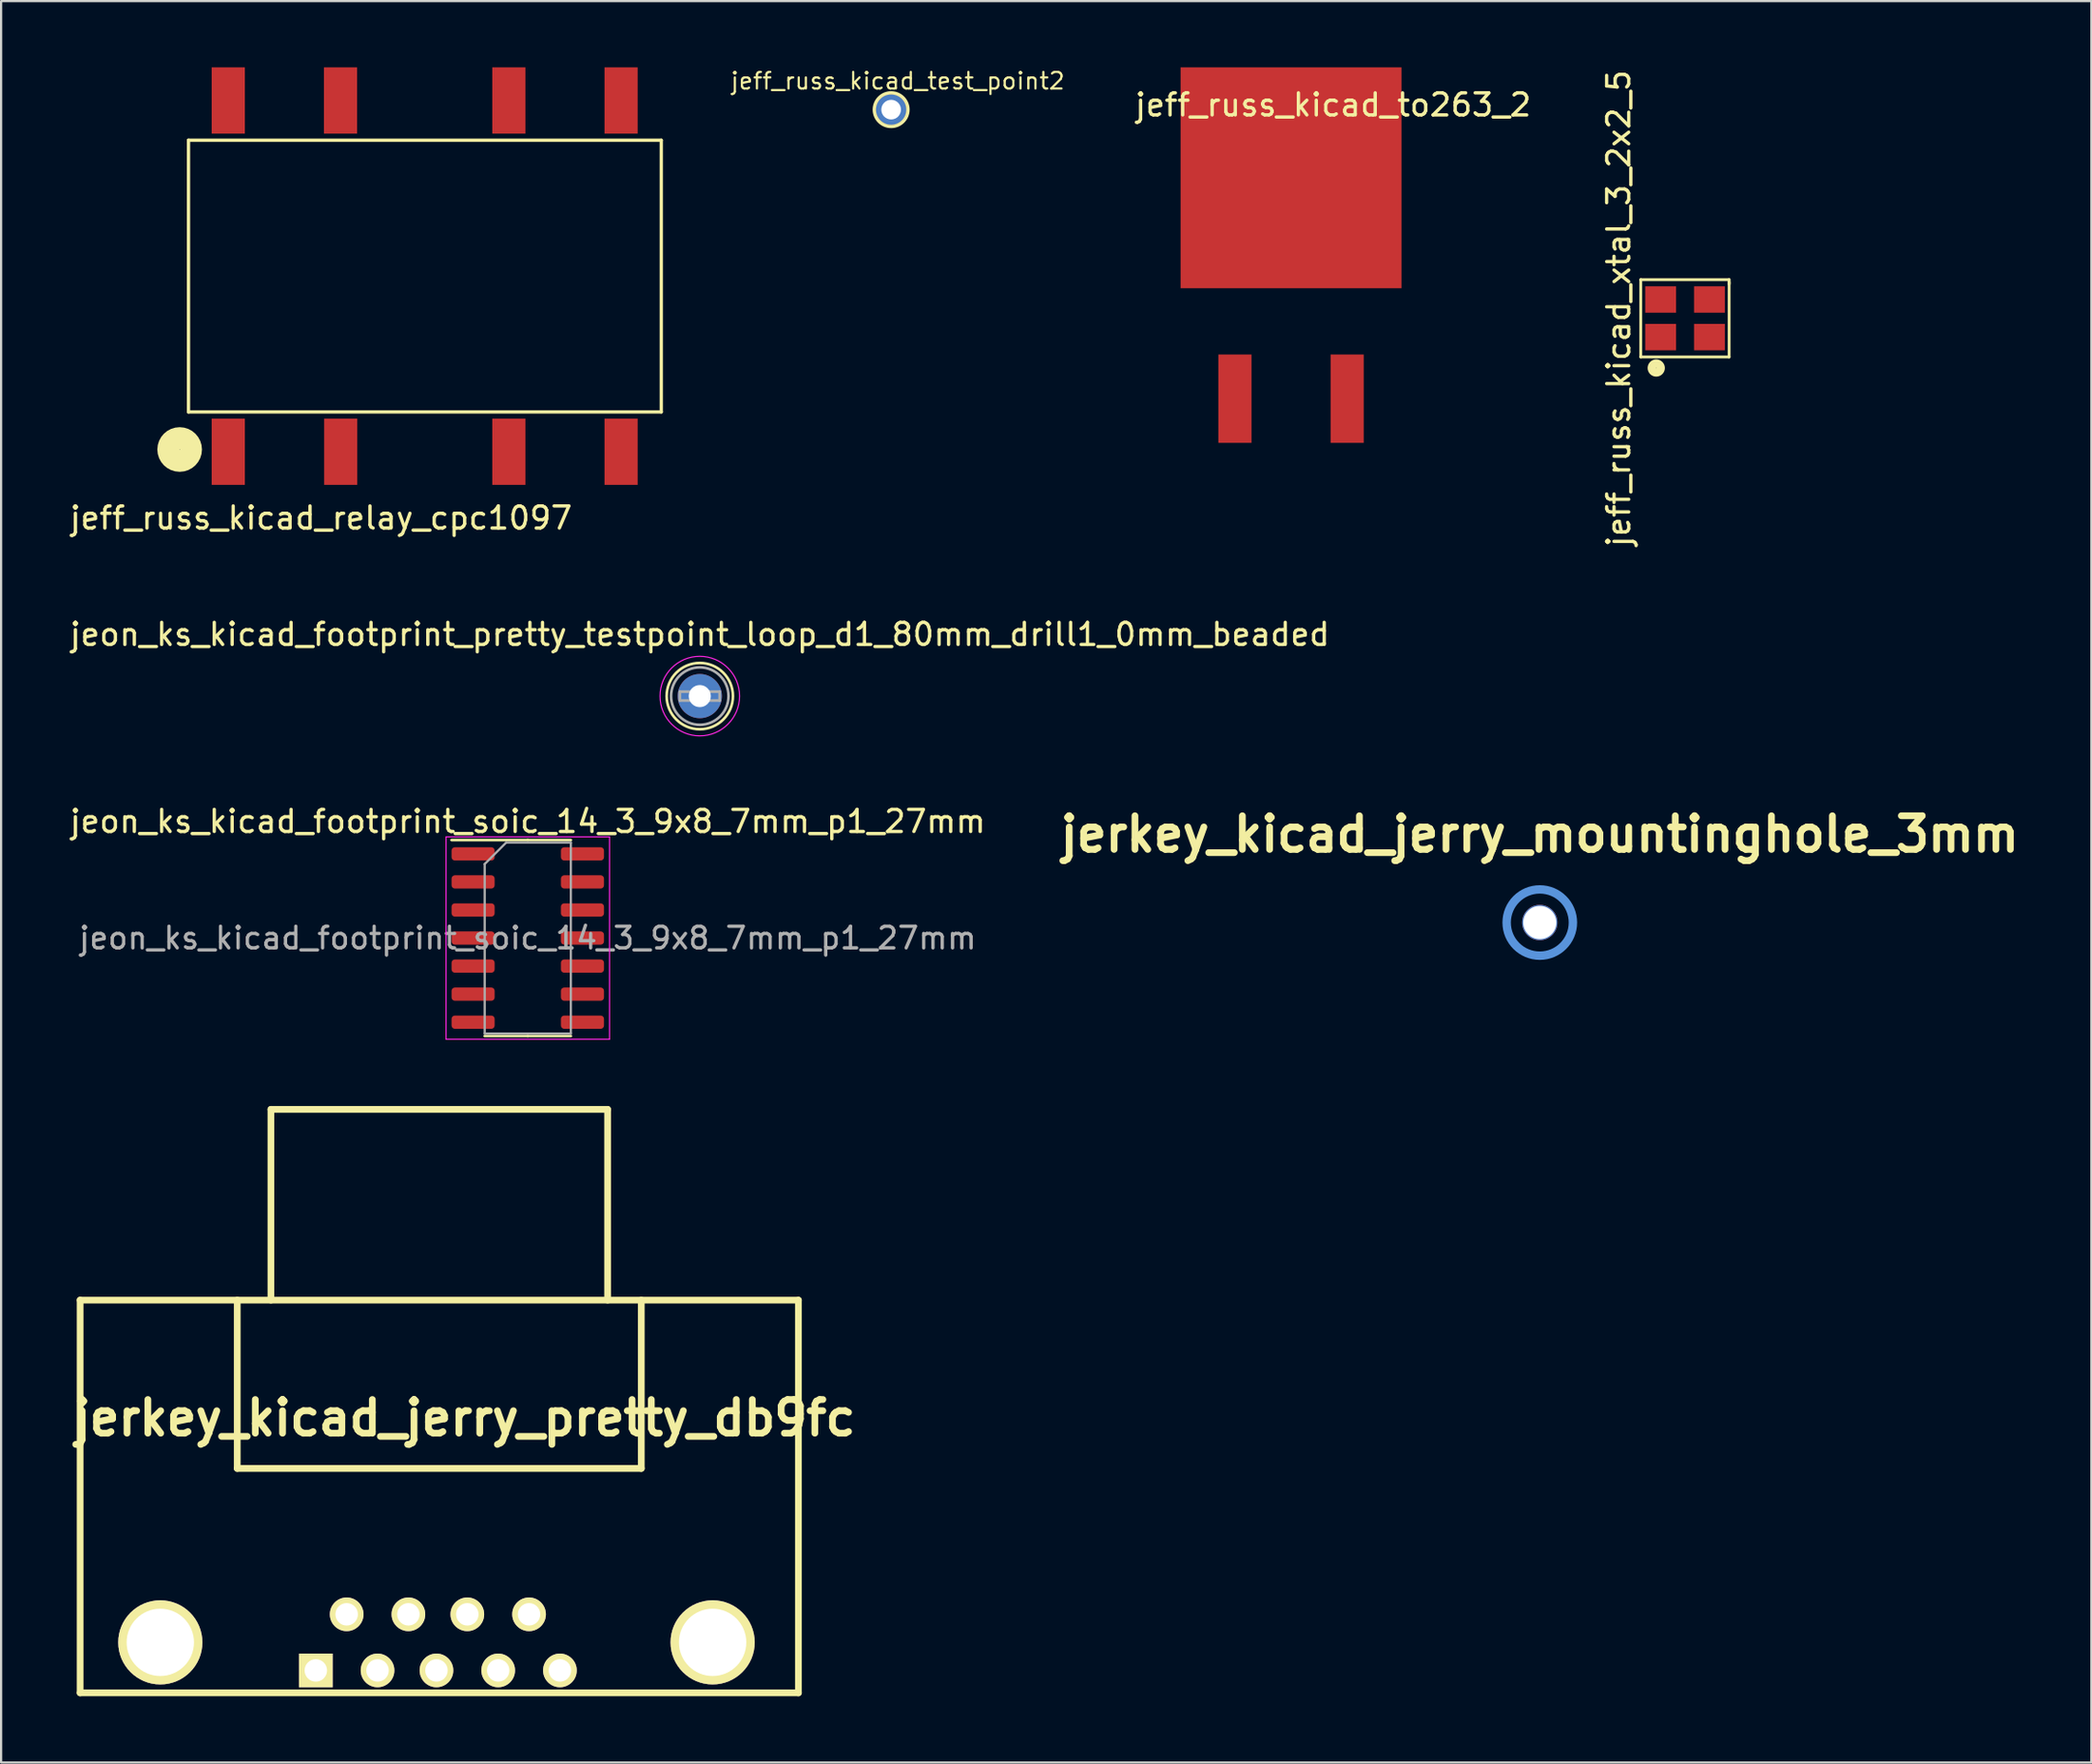
<source format=kicad_pcb>
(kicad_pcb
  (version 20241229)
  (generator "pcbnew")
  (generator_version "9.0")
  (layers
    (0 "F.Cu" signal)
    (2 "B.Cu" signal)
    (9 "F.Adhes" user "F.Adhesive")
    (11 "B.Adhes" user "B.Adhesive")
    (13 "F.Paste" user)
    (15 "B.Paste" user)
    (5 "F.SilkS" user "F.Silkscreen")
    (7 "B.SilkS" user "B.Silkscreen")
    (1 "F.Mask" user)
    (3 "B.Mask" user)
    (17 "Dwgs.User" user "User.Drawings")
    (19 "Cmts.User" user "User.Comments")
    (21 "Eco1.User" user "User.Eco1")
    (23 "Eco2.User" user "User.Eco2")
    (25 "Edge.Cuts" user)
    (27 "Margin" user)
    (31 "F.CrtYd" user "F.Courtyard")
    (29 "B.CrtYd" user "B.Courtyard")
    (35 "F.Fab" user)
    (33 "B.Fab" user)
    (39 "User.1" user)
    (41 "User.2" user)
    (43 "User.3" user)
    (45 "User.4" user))
  (footprint "jerkey_kicad_jerry_pretty_db9fc"
    (layer "F.Cu")
    (at 16.706 71.304)
    (property "Reference" "jerkey_kicad_jerry_pretty_db9fc" (at 1.27 -10.16 0) (layer "F.SilkS") (effects (font (size 1.524 1.524) (thickness 0.305))))
    (attr through_hole)
    (fp_line (start -16.129 -15.494) (end -16.129 2.286) (stroke (width 0.305) (type solid)) (layer "F.SilkS"))
    (fp_line (start -16.129 2.286) (end 16.383 2.286) (stroke (width 0.305) (type solid)) (layer "F.SilkS"))
    (fp_line (start -9.017 -15.494) (end -9.017 -7.874) (stroke (width 0.305) (type solid)) (layer "F.SilkS"))
    (fp_line (start -9.017 -7.874) (end 9.271 -7.874) (stroke (width 0.305) (type solid)) (layer "F.SilkS"))
    (fp_line (start -7.493 -24.13) (end 7.747 -24.13) (stroke (width 0.305) (type solid)) (layer "F.SilkS"))
    (fp_line (start -7.493 -15.494) (end -7.493 -24.13) (stroke (width 0.305) (type solid)) (layer "F.SilkS"))
    (fp_line (start 7.747 -24.13) (end 7.747 -15.494) (stroke (width 0.305) (type solid)) (layer "F.SilkS"))
    (fp_line (start 9.271 -7.874) (end 9.271 -15.494) (stroke (width 0.305) (type solid)) (layer "F.SilkS"))
    (fp_line (start 16.383 -15.494) (end -16.129 -15.494) (stroke (width 0.305) (type solid)) (layer "F.SilkS"))
    (fp_line (start 16.383 2.286) (end 16.383 -15.494) (stroke (width 0.305) (type solid)) (layer "F.SilkS"))
    (pad "" thru_hole circle (at -12.5 0) (size 3.81 3.81) (drill 3.048) (layers "*.Cu" "*.Mask" "F.SilkS"))
    (pad "" thru_hole circle (at 12.5 0) (size 3.81 3.81) (drill 3.048) (layers "*.Cu" "*.Mask" "F.SilkS"))
    (pad "1" thru_hole rect (at -5.461 1.27) (size 1.524 1.524) (drill 1.016) (layers "*.Cu" "*.Mask" "F.SilkS"))
    (pad "2" thru_hole circle (at -2.667 1.27) (size 1.524 1.524) (drill 1.016) (layers "*.Cu" "*.Mask" "F.SilkS"))
    (pad "3" thru_hole circle (at 0 1.27) (size 1.524 1.524) (drill 1.016) (layers "*.Cu" "*.Mask" "F.SilkS"))
    (pad "4" thru_hole circle (at 2.794 1.27) (size 1.524 1.524) (drill 1.016) (layers "*.Cu" "*.Mask" "F.SilkS"))
    (pad "5" thru_hole circle (at 5.588 1.27) (size 1.524 1.524) (drill 1.016) (layers "*.Cu" "*.Mask" "F.SilkS"))
    (pad "6" thru_hole circle (at -4.064 -1.27) (size 1.524 1.524) (drill 1.016) (layers "*.Cu" "*.Mask" "F.SilkS"))
    (pad "7" thru_hole circle (at -1.27 -1.27) (size 1.524 1.524) (drill 1.016) (layers "*.Cu" "*.Mask" "F.SilkS"))
    (pad "8" thru_hole circle (at 1.397 -1.27) (size 1.524 1.524) (drill 1.016) (layers "*.Cu" "*.Mask" "F.SilkS"))
    (pad "9" thru_hole circle (at 4.191 -1.27) (size 1.524 1.524) (drill 1.016) (layers "*.Cu" "*.Mask" "F.SilkS")))
  (footprint "jeff_russ_kicad_test_point2"
    (layer "F.Cu")
    (at 37.286 1.914)
    (property "Reference" "jeff_russ_kicad_test_point2" (at 0.3 -1.3 0) (layer "F.SilkS") (effects (font (size 0.75 0.75) (thickness 0.1))))
    (attr through_hole)
    (fp_circle (center 0 0) (end 0.762 0) (stroke (width 0.15) (type solid)) (fill no) (layer "F.SilkS"))
    (pad "1" thru_hole circle (at 0 0) (size 1.397 1.397) (drill 0.889) (layers "*.Cu" "*.Mask")))
  (footprint "jeff_russ_kicad_xtal_3_2x2_5"
    (layer "F.Cu")
    (at 72.117 12.211)
    (property "Reference" "jeff_russ_kicad_xtal_3_2x2_5" (at -1.9 -1.3 90) (layer "F.SilkS") (effects (font (size 1 1) (thickness 0.15))))
    (attr through_hole)
    (fp_line (start -0.9 -2.6) (end 3.1 -2.6) (stroke (width 0.127) (type solid)) (layer "F.SilkS"))
    (fp_line (start -0.9 0.9) (end -0.9 -2.6) (stroke (width 0.127) (type solid)) (layer "F.SilkS"))
    (fp_line (start 3.1 -2.6) (end 3.1 -2.4) (stroke (width 0.127) (type solid)) (layer "F.SilkS"))
    (fp_line (start 3.1 -2.5) (end 3.1 0.9) (stroke (width 0.127) (type solid)) (layer "F.SilkS"))
    (fp_line (start 3.1 0.9) (end -0.9 0.9) (stroke (width 0.127) (type solid)) (layer "F.SilkS"))
    (fp_circle (center -0.2 1.4) (end 0 1.4) (stroke (width 0.381) (type solid)) (fill no) (layer "F.SilkS"))
    (pad "1" smd rect (at 0 0) (size 1.397 1.194) (layers "F.Cu" "F.Mask" "F.Paste"))
    (pad "2" smd rect (at 2.21 0) (size 1.397 1.194) (layers "F.Cu" "F.Mask" "F.Paste"))
    (pad "3" smd rect (at 2.21 -1.702) (size 1.397 1.194) (layers "F.Cu" "F.Mask" "F.Paste"))
    (pad "4" smd rect (at 0 -1.702) (size 1.397 1.194) (layers "F.Cu" "F.Mask" "F.Paste")))
  (footprint "jeff_russ_kicad_relay_cpc1097"
    (layer "F.Cu")
    (at 7.282 1.5)
    (property "Reference" "jeff_russ_kicad_relay_cpc1097" (at 4.2 18.9 0) (layer "F.SilkS") (effects (font (size 1 1) (thickness 0.15))))
    (attr through_hole)
    (fp_line (start -1.8 1.8) (end 19.6 1.8) (stroke (width 0.15) (type solid)) (layer "F.SilkS"))
    (fp_line (start -1.8 14.1) (end -1.8 1.8) (stroke (width 0.15) (type solid)) (layer "F.SilkS"))
    (fp_line (start 19.6 1.8) (end 19.6 14.1) (stroke (width 0.15) (type solid)) (layer "F.SilkS"))
    (fp_line (start 19.6 14.1) (end -1.8 14.1) (stroke (width 0.15) (type solid)) (layer "F.SilkS"))
    (fp_circle (center -2.2 15.8) (end -1.7 15.7) (stroke (width 1) (type solid)) (fill no) (layer "F.SilkS"))
    (pad "1" smd rect (at 0 15.9) (size 1.5 3) (layers "F.Cu" "F.Mask" "F.Paste"))
    (pad "2" smd rect (at 5.09 15.9) (size 1.5 3) (layers "F.Cu" "F.Mask" "F.Paste"))
    (pad "3" smd rect (at 12.7 15.9) (size 1.5 3) (layers "F.Cu" "F.Mask" "F.Paste"))
    (pad "4" smd rect (at 17.78 15.9) (size 1.5 3) (layers "F.Cu" "F.Mask" "F.Paste"))
    (pad "5" smd rect (at 17.78 0) (size 1.5 3) (layers "F.Cu" "F.Mask" "F.Paste"))
    (pad "6" smd rect (at 12.7 0) (size 1.5 3) (layers "F.Cu" "F.Mask" "F.Paste"))
    (pad "7" smd rect (at 5.08 0) (size 1.5 3) (layers "F.Cu" "F.Mask" "F.Paste"))
    (pad "8" smd rect (at 0 0) (size 1.5 3) (layers "F.Cu" "F.Mask" "F.Paste")))
  (footprint "jerkey_kicad_jerry_mountinghole_3mm"
    (layer "F.Cu")
    (at 66.646 38.716)
    (property "Reference" "jerkey_kicad_jerry_mountinghole_3mm" (at 0 -4 0) (layer "F.SilkS") (effects (font (size 1.524 1.524) (thickness 0.305))))
    (attr through_hole)
    (fp_circle (center 0 0) (end 1.5 0) (stroke (width 0.381) (type solid)) (fill no) (layer "Cmts.User"))
    (pad "1" thru_hole circle (at 0 0) (size 1.6 1.6) (drill 1.5) (layers "*.Cu")))
  (footprint "jeff_russ_kicad_to263_2"
    (layer "F.Cu")
    (at 55.387 5)
    (property "Reference" "jeff_russ_kicad_to263_2" (at 1.905 -3.302 0) (layer "F.SilkS") (effects (font (size 1 1) (thickness 0.15))))
    (attr through_hole)
    (pad "1" smd rect (at -2.54 10) (size 1.5 4) (layers "F.Cu" "F.Mask" "F.Paste"))
    (pad "3" smd rect (at 2.54 10) (size 1.5 4) (layers "F.Cu" "F.Mask" "F.Paste"))
    (pad "4" smd rect (at 0 0) (size 10 10) (layers "F.Cu" "F.Mask" "F.Paste")))
  (footprint "jeon_ks_kicad_footprint_pretty_testpoint_loop_d1_80mm_drill1_0mm_beaded"
    (layer "F.Cu")
    (at 28.625 28.464)
    (property "Reference" "jeon_ks_kicad_footprint_pretty_testpoint_loop_d1_80mm_drill1_0mm_beaded" (at 0 -2.794 0) (layer "F.SilkS") (effects (font (size 1 1) (thickness 0.15))))
    (attr through_hole)
    (fp_circle (center 0 0) (end 1.5 0) (stroke (width 0.12) (type solid)) (fill no) (layer "F.SilkS"))
    (fp_circle (center 0 0) (end 1.8 0) (stroke (width 0.05) (type solid)) (fill no) (layer "F.CrtYd"))
    (fp_line (start -0.9 -0.2) (end 0.9 -0.2) (stroke (width 0.12) (type solid)) (layer "F.Fab"))
    (fp_line (start -0.9 0.2) (end -0.9 -0.2) (stroke (width 0.12) (type solid)) (layer "F.Fab"))
    (fp_line (start 0.9 -0.2) (end 0.9 0.2) (stroke (width 0.12) (type solid)) (layer "F.Fab"))
    (fp_line (start 0.9 0.2) (end -0.9 0.2) (stroke (width 0.12) (type solid)) (layer "F.Fab"))
    (fp_circle (center 0 0) (end 1.3 0) (stroke (width 0.12) (type solid)) (fill no) (layer "F.Fab"))
    (pad "1" thru_hole circle (at 0 0) (size 2 2) (drill 1) (layers "*.Cu" "*.Mask")))
  (footprint "jeon_ks_kicad_footprint_soic_14_3_9x8_7mm_p1_27mm"
    (layer "F.Cu")
    (at 20.839 39.417)
    (property "Reference" "jeon_ks_kicad_footprint_soic_14_3_9x8_7mm_p1_27mm" (at 0 -5.28 0) (layer "F.SilkS") (effects (font (size 1 1) (thickness 0.15))))
    (attr smd)
    (fp_line (start 0 -4.435) (end -3.45 -4.435) (stroke (width 0.12) (type solid)) (layer "F.SilkS"))
    (fp_line (start 0 -4.435) (end 1.95 -4.435) (stroke (width 0.12) (type solid)) (layer "F.SilkS"))
    (fp_line (start 0 4.435) (end -1.95 4.435) (stroke (width 0.12) (type solid)) (layer "F.SilkS"))
    (fp_line (start 0 4.435) (end 1.95 4.435) (stroke (width 0.12) (type solid)) (layer "F.SilkS"))
    (fp_line (start -3.7 -4.58) (end -3.7 4.58) (stroke (width 0.05) (type solid)) (layer "F.CrtYd"))
    (fp_line (start -3.7 4.58) (end 3.7 4.58) (stroke (width 0.05) (type solid)) (layer "F.CrtYd"))
    (fp_line (start 3.7 -4.58) (end -3.7 -4.58) (stroke (width 0.05) (type solid)) (layer "F.CrtYd"))
    (fp_line (start 3.7 4.58) (end 3.7 -4.58) (stroke (width 0.05) (type solid)) (layer "F.CrtYd"))
    (fp_line (start -1.95 -3.35) (end -0.975 -4.325) (stroke (width 0.1) (type solid)) (layer "F.Fab"))
    (fp_line (start -1.95 4.325) (end -1.95 -3.35) (stroke (width 0.1) (type solid)) (layer "F.Fab"))
    (fp_line (start -0.975 -4.325) (end 1.95 -4.325) (stroke (width 0.1) (type solid)) (layer "F.Fab"))
    (fp_line (start 1.95 -4.325) (end 1.95 4.325) (stroke (width 0.1) (type solid)) (layer "F.Fab"))
    (fp_line (start 1.95 4.325) (end -1.95 4.325) (stroke (width 0.1) (type solid)) (layer "F.Fab"))
    (fp_text user "${REFERENCE}" (at 0 0 0) (layer "F.Fab") (effects (font (size 0.98 0.98) (thickness 0.15))))
    (pad "1" smd roundrect (at -2.475 -3.81) (size 1.95 0.6) (layers "F.Cu" "F.Mask" "F.Paste") (roundrect_rratio 0.25))
    (pad "2" smd roundrect (at -2.475 -2.54) (size 1.95 0.6) (layers "F.Cu" "F.Mask" "F.Paste") (roundrect_rratio 0.25))
    (pad "3" smd roundrect (at -2.475 -1.27) (size 1.95 0.6) (layers "F.Cu" "F.Mask" "F.Paste") (roundrect_rratio 0.25))
    (pad "4" smd roundrect (at -2.475 0) (size 1.95 0.6) (layers "F.Cu" "F.Mask" "F.Paste") (roundrect_rratio 0.25))
    (pad "5" smd roundrect (at -2.475 1.27) (size 1.95 0.6) (layers "F.Cu" "F.Mask" "F.Paste") (roundrect_rratio 0.25))
    (pad "6" smd roundrect (at -2.475 2.54) (size 1.95 0.6) (layers "F.Cu" "F.Mask" "F.Paste") (roundrect_rratio 0.25))
    (pad "7" smd roundrect (at -2.475 3.81) (size 1.95 0.6) (layers "F.Cu" "F.Mask" "F.Paste") (roundrect_rratio 0.25))
    (pad "8" smd roundrect (at 2.475 3.81) (size 1.95 0.6) (layers "F.Cu" "F.Mask" "F.Paste") (roundrect_rratio 0.25))
    (pad "9" smd roundrect (at 2.475 2.54) (size 1.95 0.6) (layers "F.Cu" "F.Mask" "F.Paste") (roundrect_rratio 0.25))
    (pad "10" smd roundrect (at 2.475 1.27) (size 1.95 0.6) (layers "F.Cu" "F.Mask" "F.Paste") (roundrect_rratio 0.25))
    (pad "11" smd roundrect (at 2.475 0) (size 1.95 0.6) (layers "F.Cu" "F.Mask" "F.Paste") (roundrect_rratio 0.25))
    (pad "12" smd roundrect (at 2.475 -1.27) (size 1.95 0.6) (layers "F.Cu" "F.Mask" "F.Paste") (roundrect_rratio 0.25))
    (pad "13" smd roundrect (at 2.475 -2.54) (size 1.95 0.6) (layers "F.Cu" "F.Mask" "F.Paste") (roundrect_rratio 0.25))
    (pad "14" smd roundrect (at 2.475 -3.81) (size 1.95 0.6) (layers "F.Cu" "F.Mask" "F.Paste") (roundrect_rratio 0.25)))
  (gr_rect
    (start -3 -3)
    (end 91.613 76.743)
    (stroke (width 0.1) (type default))
    (fill no)
    (layer "Edge.Cuts")))
</source>
